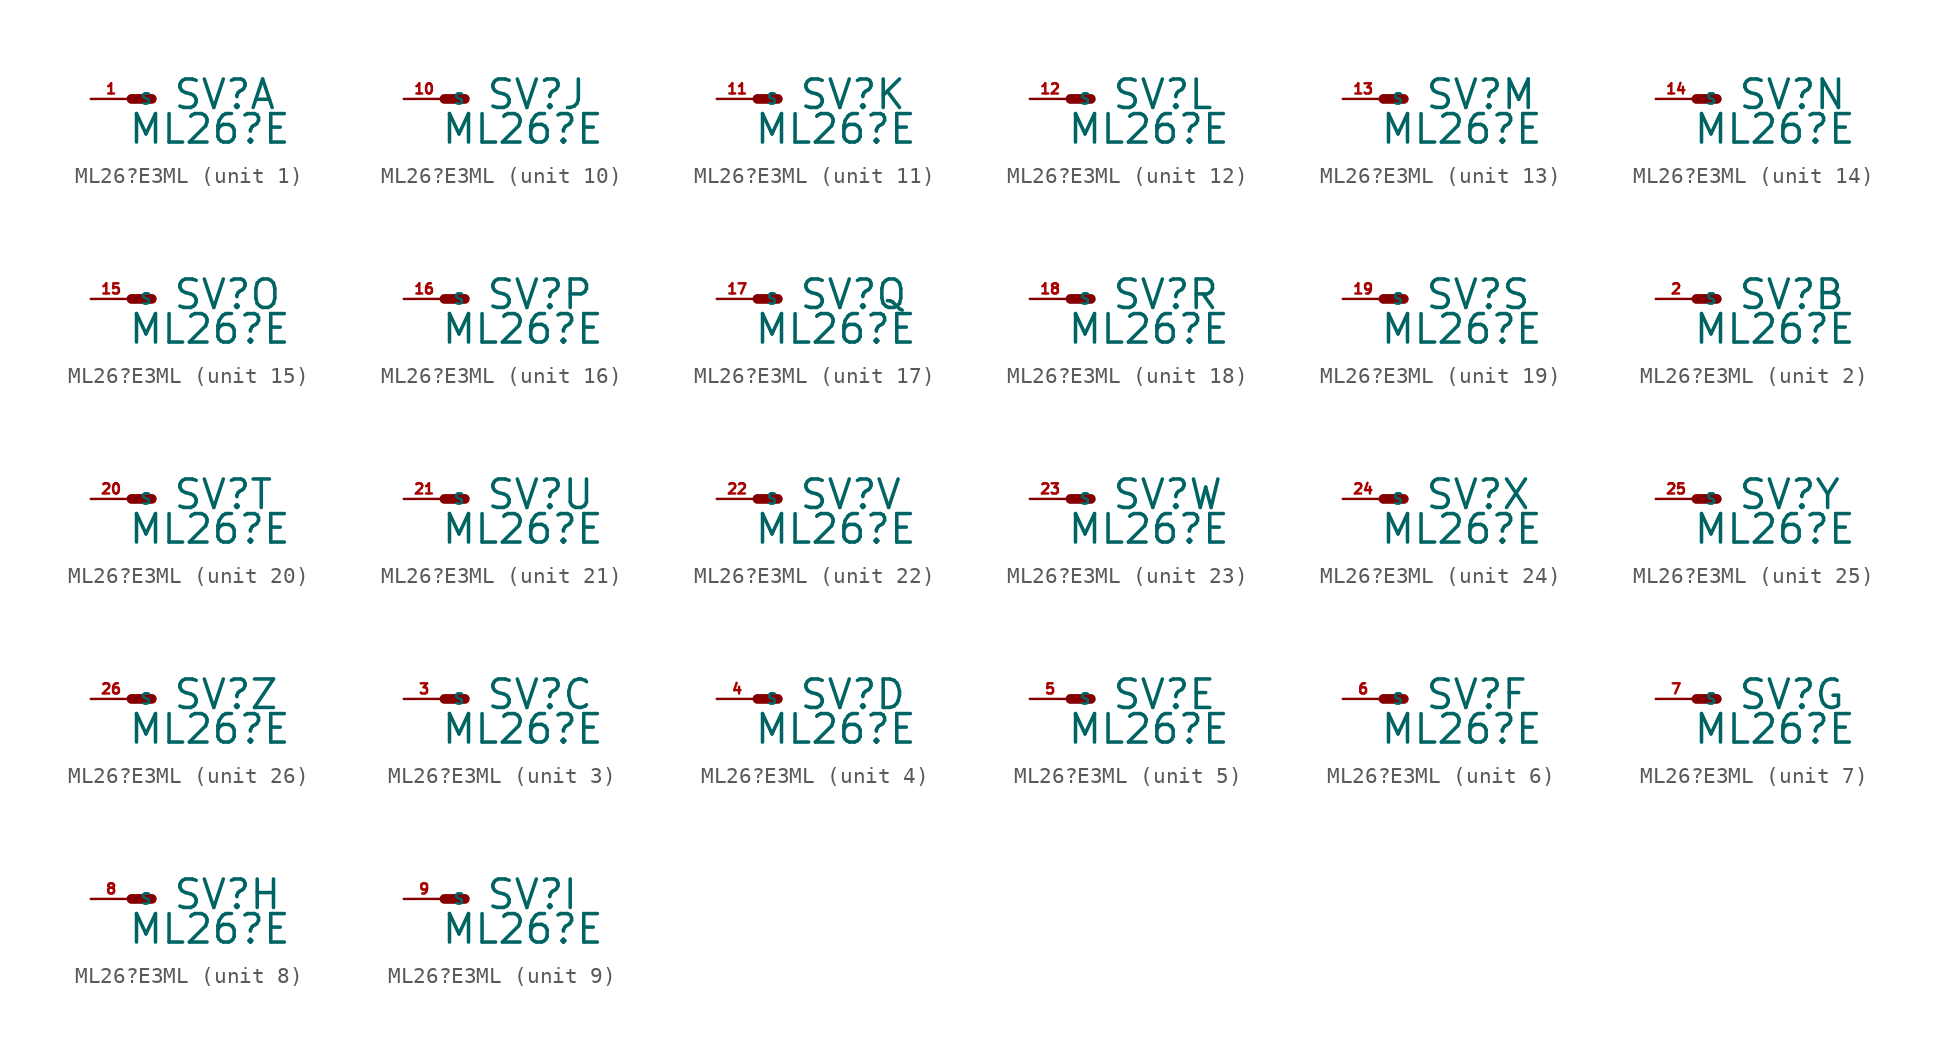
<source format=kicad_sym>
(kicad_symbol_lib
  (version 20220914)
  (generator Eagle2Kicad)
  (symbol "ML26?E3ML"
    (property "Reference" "SV"
      (at 2.54 -0.762 0)
      (effects (font (size 1.778 1.778) (thickness 0.22)) (justify left bottom)))
    (property "Value" "ML26?E"
      (at -0.254 -2.921 0)
      (effects (font (size 1.778 1.778) (thickness 0.22)) (justify left bottom)))
    (symbol "ML26?E3ML_1_0"
      (polyline (pts (xy 1.27 0) (xy 0 0)) (stroke (width 0.61) (type default)) (fill (type none)))
      (pin passive line (at -2.54 0 0) (length 2.54) (name "S" (effects (font (size 0.635 0.635) (thickness 0.08)) (justify left bottom))) (number "1" (effects (font (size 0.635 0.635) (thickness 0.08)) (justify left bottom)))))
    (symbol "ML26?E3ML_2_0"
      (polyline (pts (xy 1.27 0) (xy 0 0)) (stroke (width 0.61) (type default)) (fill (type none)))
      (pin passive line (at -2.54 0 0) (length 2.54) (name "S" (effects (font (size 0.635 0.635) (thickness 0.08)) (justify left bottom))) (number "2" (effects (font (size 0.635 0.635) (thickness 0.08)) (justify left bottom)))))
    (symbol "ML26?E3ML_3_0"
      (polyline (pts (xy 1.27 0) (xy 0 0)) (stroke (width 0.61) (type default)) (fill (type none)))
      (pin passive line (at -2.54 0 0) (length 2.54) (name "S" (effects (font (size 0.635 0.635) (thickness 0.08)) (justify left bottom))) (number "3" (effects (font (size 0.635 0.635) (thickness 0.08)) (justify left bottom)))))
    (symbol "ML26?E3ML_4_0"
      (polyline (pts (xy 1.27 0) (xy 0 0)) (stroke (width 0.61) (type default)) (fill (type none)))
      (pin passive line (at -2.54 0 0) (length 2.54) (name "S" (effects (font (size 0.635 0.635) (thickness 0.08)) (justify left bottom))) (number "4" (effects (font (size 0.635 0.635) (thickness 0.08)) (justify left bottom)))))
    (symbol "ML26?E3ML_5_0"
      (polyline (pts (xy 1.27 0) (xy 0 0)) (stroke (width 0.61) (type default)) (fill (type none)))
      (pin passive line (at -2.54 0 0) (length 2.54) (name "S" (effects (font (size 0.635 0.635) (thickness 0.08)) (justify left bottom))) (number "5" (effects (font (size 0.635 0.635) (thickness 0.08)) (justify left bottom)))))
    (symbol "ML26?E3ML_6_0"
      (polyline (pts (xy 1.27 0) (xy 0 0)) (stroke (width 0.61) (type default)) (fill (type none)))
      (pin passive line (at -2.54 0 0) (length 2.54) (name "S" (effects (font (size 0.635 0.635) (thickness 0.08)) (justify left bottom))) (number "6" (effects (font (size 0.635 0.635) (thickness 0.08)) (justify left bottom)))))
    (symbol "ML26?E3ML_7_0"
      (polyline (pts (xy 1.27 0) (xy 0 0)) (stroke (width 0.61) (type default)) (fill (type none)))
      (pin passive line (at -2.54 0 0) (length 2.54) (name "S" (effects (font (size 0.635 0.635) (thickness 0.08)) (justify left bottom))) (number "7" (effects (font (size 0.635 0.635) (thickness 0.08)) (justify left bottom)))))
    (symbol "ML26?E3ML_8_0"
      (polyline (pts (xy 1.27 0) (xy 0 0)) (stroke (width 0.61) (type default)) (fill (type none)))
      (pin passive line (at -2.54 0 0) (length 2.54) (name "S" (effects (font (size 0.635 0.635) (thickness 0.08)) (justify left bottom))) (number "8" (effects (font (size 0.635 0.635) (thickness 0.08)) (justify left bottom)))))
    (symbol "ML26?E3ML_9_0"
      (polyline (pts (xy 1.27 0) (xy 0 0)) (stroke (width 0.61) (type default)) (fill (type none)))
      (pin passive line (at -2.54 0 0) (length 2.54) (name "S" (effects (font (size 0.635 0.635) (thickness 0.08)) (justify left bottom))) (number "9" (effects (font (size 0.635 0.635) (thickness 0.08)) (justify left bottom)))))
    (symbol "ML26?E3ML_10_0"
      (polyline (pts (xy 1.27 0) (xy 0 0)) (stroke (width 0.61) (type default)) (fill (type none)))
      (pin passive line (at -2.54 0 0) (length 2.54) (name "S" (effects (font (size 0.635 0.635) (thickness 0.08)) (justify left bottom))) (number "10" (effects (font (size 0.635 0.635) (thickness 0.08)) (justify left bottom)))))
    (symbol "ML26?E3ML_11_0"
      (polyline (pts (xy 1.27 0) (xy 0 0)) (stroke (width 0.61) (type default)) (fill (type none)))
      (pin passive line (at -2.54 0 0) (length 2.54) (name "S" (effects (font (size 0.635 0.635) (thickness 0.08)) (justify left bottom))) (number "11" (effects (font (size 0.635 0.635) (thickness 0.08)) (justify left bottom)))))
    (symbol "ML26?E3ML_12_0"
      (polyline (pts (xy 1.27 0) (xy 0 0)) (stroke (width 0.61) (type default)) (fill (type none)))
      (pin passive line (at -2.54 0 0) (length 2.54) (name "S" (effects (font (size 0.635 0.635) (thickness 0.08)) (justify left bottom))) (number "12" (effects (font (size 0.635 0.635) (thickness 0.08)) (justify left bottom)))))
    (symbol "ML26?E3ML_13_0"
      (polyline (pts (xy 1.27 0) (xy 0 0)) (stroke (width 0.61) (type default)) (fill (type none)))
      (pin passive line (at -2.54 0 0) (length 2.54) (name "S" (effects (font (size 0.635 0.635) (thickness 0.08)) (justify left bottom))) (number "13" (effects (font (size 0.635 0.635) (thickness 0.08)) (justify left bottom)))))
    (symbol "ML26?E3ML_14_0"
      (polyline (pts (xy 1.27 0) (xy 0 0)) (stroke (width 0.61) (type default)) (fill (type none)))
      (pin passive line (at -2.54 0 0) (length 2.54) (name "S" (effects (font (size 0.635 0.635) (thickness 0.08)) (justify left bottom))) (number "14" (effects (font (size 0.635 0.635) (thickness 0.08)) (justify left bottom)))))
    (symbol "ML26?E3ML_15_0"
      (polyline (pts (xy 1.27 0) (xy 0 0)) (stroke (width 0.61) (type default)) (fill (type none)))
      (pin passive line (at -2.54 0 0) (length 2.54) (name "S" (effects (font (size 0.635 0.635) (thickness 0.08)) (justify left bottom))) (number "15" (effects (font (size 0.635 0.635) (thickness 0.08)) (justify left bottom)))))
    (symbol "ML26?E3ML_16_0"
      (polyline (pts (xy 1.27 0) (xy 0 0)) (stroke (width 0.61) (type default)) (fill (type none)))
      (pin passive line (at -2.54 0 0) (length 2.54) (name "S" (effects (font (size 0.635 0.635) (thickness 0.08)) (justify left bottom))) (number "16" (effects (font (size 0.635 0.635) (thickness 0.08)) (justify left bottom)))))
    (symbol "ML26?E3ML_17_0"
      (polyline (pts (xy 1.27 0) (xy 0 0)) (stroke (width 0.61) (type default)) (fill (type none)))
      (pin passive line (at -2.54 0 0) (length 2.54) (name "S" (effects (font (size 0.635 0.635) (thickness 0.08)) (justify left bottom))) (number "17" (effects (font (size 0.635 0.635) (thickness 0.08)) (justify left bottom)))))
    (symbol "ML26?E3ML_18_0"
      (polyline (pts (xy 1.27 0) (xy 0 0)) (stroke (width 0.61) (type default)) (fill (type none)))
      (pin passive line (at -2.54 0 0) (length 2.54) (name "S" (effects (font (size 0.635 0.635) (thickness 0.08)) (justify left bottom))) (number "18" (effects (font (size 0.635 0.635) (thickness 0.08)) (justify left bottom)))))
    (symbol "ML26?E3ML_19_0"
      (polyline (pts (xy 1.27 0) (xy 0 0)) (stroke (width 0.61) (type default)) (fill (type none)))
      (pin passive line (at -2.54 0 0) (length 2.54) (name "S" (effects (font (size 0.635 0.635) (thickness 0.08)) (justify left bottom))) (number "19" (effects (font (size 0.635 0.635) (thickness 0.08)) (justify left bottom)))))
    (symbol "ML26?E3ML_20_0"
      (polyline (pts (xy 1.27 0) (xy 0 0)) (stroke (width 0.61) (type default)) (fill (type none)))
      (pin passive line (at -2.54 0 0) (length 2.54) (name "S" (effects (font (size 0.635 0.635) (thickness 0.08)) (justify left bottom))) (number "20" (effects (font (size 0.635 0.635) (thickness 0.08)) (justify left bottom)))))
    (symbol "ML26?E3ML_21_0"
      (polyline (pts (xy 1.27 0) (xy 0 0)) (stroke (width 0.61) (type default)) (fill (type none)))
      (pin passive line (at -2.54 0 0) (length 2.54) (name "S" (effects (font (size 0.635 0.635) (thickness 0.08)) (justify left bottom))) (number "21" (effects (font (size 0.635 0.635) (thickness 0.08)) (justify left bottom)))))
    (symbol "ML26?E3ML_22_0"
      (polyline (pts (xy 1.27 0) (xy 0 0)) (stroke (width 0.61) (type default)) (fill (type none)))
      (pin passive line (at -2.54 0 0) (length 2.54) (name "S" (effects (font (size 0.635 0.635) (thickness 0.08)) (justify left bottom))) (number "22" (effects (font (size 0.635 0.635) (thickness 0.08)) (justify left bottom)))))
    (symbol "ML26?E3ML_23_0"
      (polyline (pts (xy 1.27 0) (xy 0 0)) (stroke (width 0.61) (type default)) (fill (type none)))
      (pin passive line (at -2.54 0 0) (length 2.54) (name "S" (effects (font (size 0.635 0.635) (thickness 0.08)) (justify left bottom))) (number "23" (effects (font (size 0.635 0.635) (thickness 0.08)) (justify left bottom)))))
    (symbol "ML26?E3ML_24_0"
      (polyline (pts (xy 1.27 0) (xy 0 0)) (stroke (width 0.61) (type default)) (fill (type none)))
      (pin passive line (at -2.54 0 0) (length 2.54) (name "S" (effects (font (size 0.635 0.635) (thickness 0.08)) (justify left bottom))) (number "24" (effects (font (size 0.635 0.635) (thickness 0.08)) (justify left bottom)))))
    (symbol "ML26?E3ML_25_0"
      (polyline (pts (xy 1.27 0) (xy 0 0)) (stroke (width 0.61) (type default)) (fill (type none)))
      (pin passive line (at -2.54 0 0) (length 2.54) (name "S" (effects (font (size 0.635 0.635) (thickness 0.08)) (justify left bottom))) (number "25" (effects (font (size 0.635 0.635) (thickness 0.08)) (justify left bottom)))))
    (symbol "ML26?E3ML_26_0"
      (polyline (pts (xy 1.27 0) (xy 0 0)) (stroke (width 0.61) (type default)) (fill (type none)))
      (pin passive line (at -2.54 0 0) (length 2.54) (name "S" (effects (font (size 0.635 0.635) (thickness 0.08)) (justify left bottom))) (number "26" (effects (font (size 0.635 0.635) (thickness 0.08)) (justify left bottom)))))))
</source>
